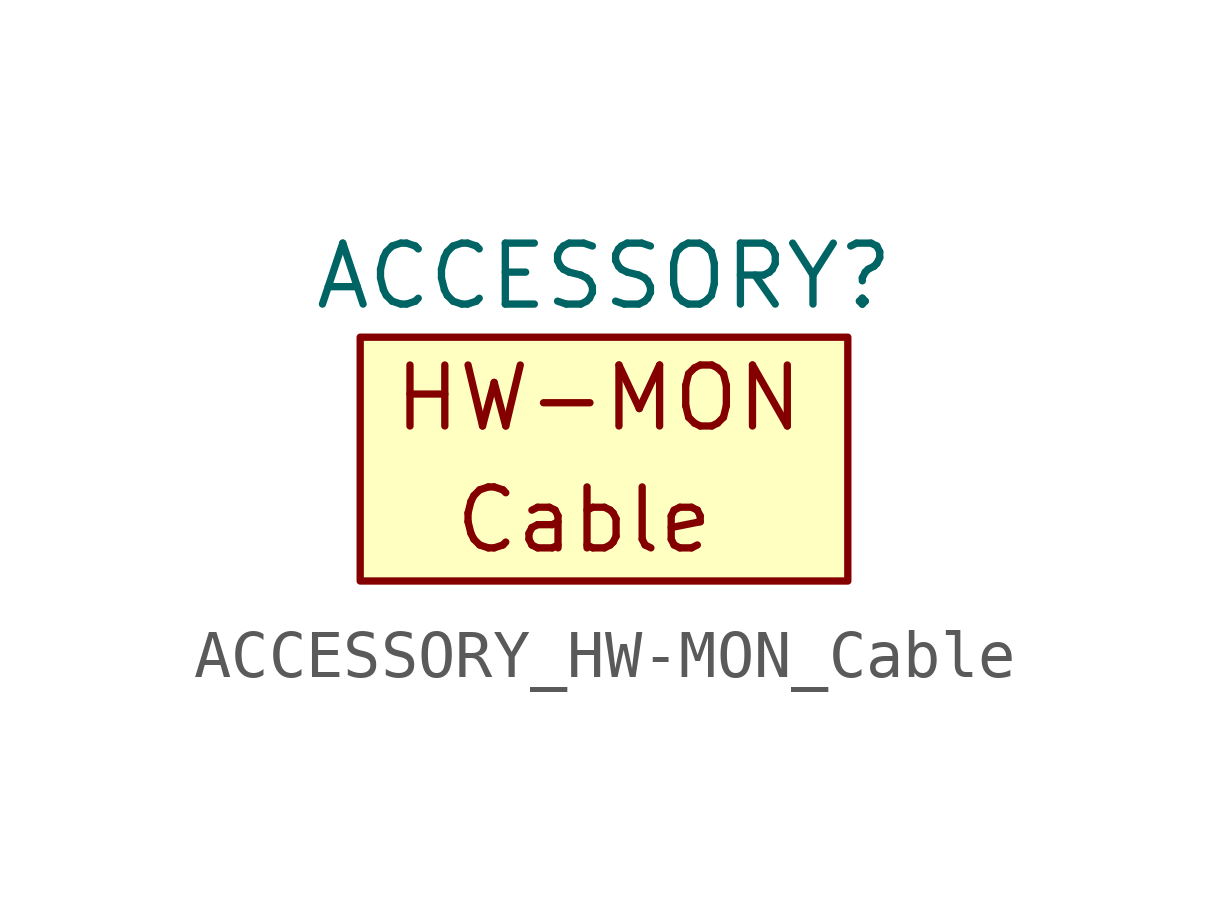
<source format=kicad_sym>
(kicad_symbol_lib
  (version 20211014)
  (generator kicad_symbol_editor)
  (symbol "ACCESSORY_HW-MON_Cable"
    (property "Reference" "ACCESSORY"
      (at 0 3.81 0)
      (effects (font (size 1.27 1.27))))
    (symbol "ACCESSORY_HW-MON_Cable_0_0"
      (text "Cable" (at -3.175 -1.27 0) (effects (font (size 1.27 1.27)) (justify left)))
      (text "HW-MON" (at -4.445 1.27 0) (effects (font (size 1.27 1.27)) (justify left))))
    (symbol "ACCESSORY_HW-MON_Cable_0_1"
      (rectangle (start -5.08 2.54) (end 5.08 -2.54) (stroke (width 0) (type default) (color 0 0 0 0)) (fill (type background))))))
</source>
